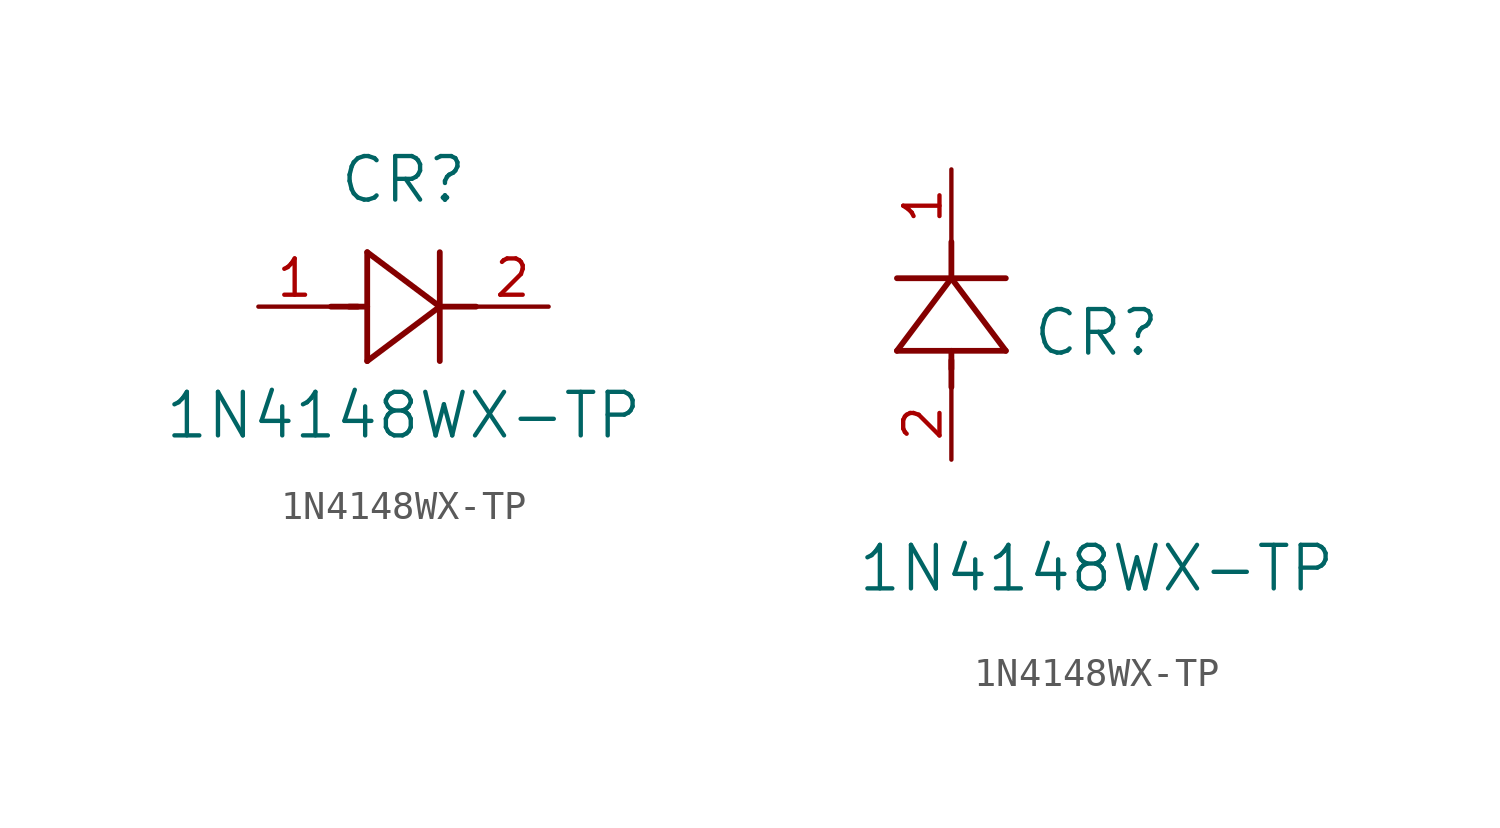
<source format=kicad_sym>
(kicad_symbol_lib
  (version 20211014)
  (generator kicad_symbol_editor)
  (symbol "1N4148WX-TP"
    (pin_names
      (offset 0.254))
    (property "Reference" "CR"
      (at 5.08 4.445 0)
      (effects (font (size 1.524 1.524))))
    (property "Value" "1N4148WX-TP"
      (at 5.08 -3.81 0)
      (effects (font (size 1.524 1.524))))
    (symbol "1N4148WX-TP_1_1"
      (polyline (pts (xy 2.54 0) (xy 3.48 0)) (stroke (width 0.203) (type default) (color 0 0 0 0)) (fill (type none)))
      (polyline (pts (xy 3.175 0) (xy 3.81 0)) (stroke (width 0.203) (type default) (color 0 0 0 0)) (fill (type none)))
      (polyline (pts (xy 3.81 -1.905) (xy 6.35 0)) (stroke (width 0.203) (type default) (color 0 0 0 0)) (fill (type none)))
      (polyline (pts (xy 3.81 1.905) (xy 3.81 -1.905)) (stroke (width 0.203) (type default) (color 0 0 0 0)) (fill (type none)))
      (polyline (pts (xy 6.35 -1.905) (xy 6.35 1.905)) (stroke (width 0.203) (type default) (color 0 0 0 0)) (fill (type none)))
      (polyline (pts (xy 6.35 0) (xy 3.81 1.905)) (stroke (width 0.203) (type default) (color 0 0 0 0)) (fill (type none)))
      (polyline (pts (xy 6.35 0) (xy 7.62 0)) (stroke (width 0.203) (type default) (color 0 0 0 0)) (fill (type none)))
      (pin unspecified line (at 0 0 0) (length 2.54) (name "" (effects (font (size 1.27 1.27)))) (number "1" (effects (font (size 1.27 1.27)))))
      (pin unspecified line (at 10.16 0 180) (length 2.54) (name "" (effects (font (size 1.27 1.27)))) (number "2" (effects (font (size 1.27 1.27))))))
    (symbol "1N4148WX-TP_1_2"
      (polyline (pts (xy -1.905 3.81) (xy 1.905 3.81)) (stroke (width 0.203) (type default) (color 0 0 0 0)) (fill (type none)))
      (polyline (pts (xy 0 2.54) (xy 0 3.48)) (stroke (width 0.203) (type default) (color 0 0 0 0)) (fill (type none)))
      (polyline (pts (xy 0 3.175) (xy 0 3.81)) (stroke (width 0.203) (type default) (color 0 0 0 0)) (fill (type none)))
      (polyline (pts (xy 0 6.35) (xy -1.905 3.81)) (stroke (width 0.203) (type default) (color 0 0 0 0)) (fill (type none)))
      (polyline (pts (xy 0 6.35) (xy 0 7.62)) (stroke (width 0.203) (type default) (color 0 0 0 0)) (fill (type none)))
      (polyline (pts (xy 1.905 3.81) (xy 0 6.35)) (stroke (width 0.203) (type default) (color 0 0 0 0)) (fill (type none)))
      (polyline (pts (xy 1.905 6.35) (xy -1.905 6.35)) (stroke (width 0.203) (type default) (color 0 0 0 0)) (fill (type none)))
      (pin unspecified line (at 0 10.16 270) (length 2.54) (name "" (effects (font (size 1.27 1.27)))) (number "1" (effects (font (size 1.27 1.27)))))
      (pin unspecified line (at 0 0 90) (length 2.54) (name "" (effects (font (size 1.27 1.27)))) (number "2" (effects (font (size 1.27 1.27))))))))
</source>
